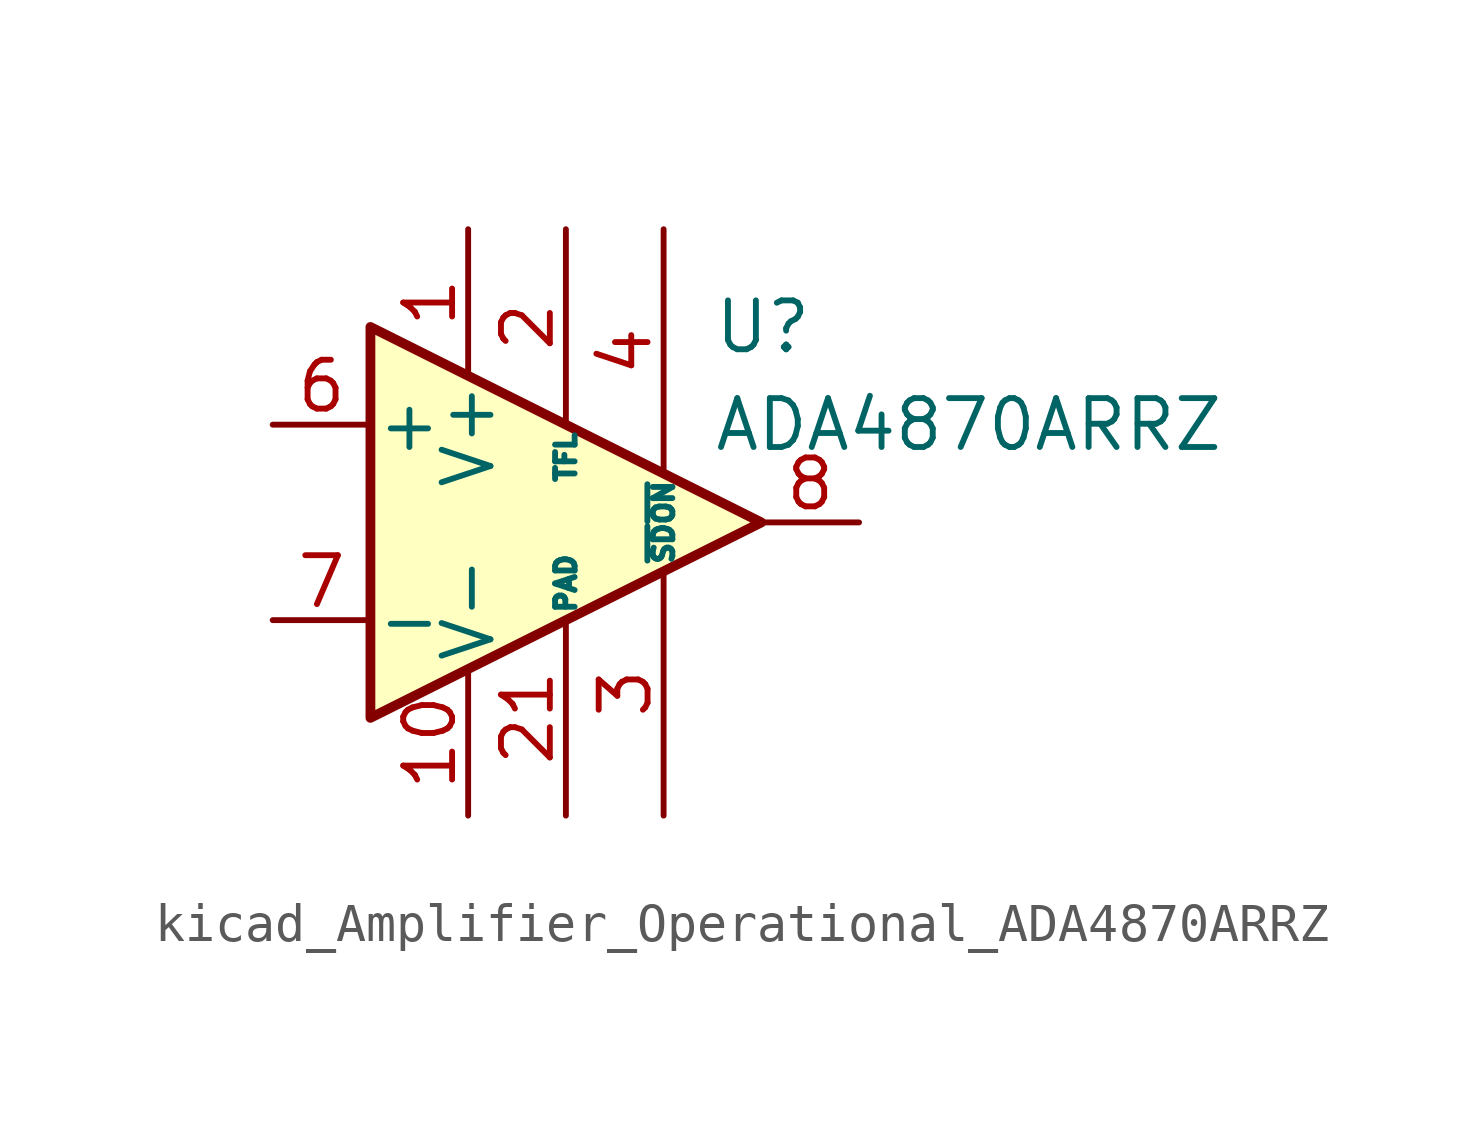
<source format=kicad_sym>
(kicad_symbol_lib
  (version 20220914)
  (generator kicad_symbol_editor)
  (symbol "kicad_Amplifier_Operational_ADA4870ARRZ"
    (pin_names
      (offset 0.127))
    (property "Reference" "U"
      (at 3.81 5.08 0)
      (effects (font (size 1.27 1.27)) (justify left)))
    (property "Value" "ADA4870ARRZ"
      (at 3.81 2.54 0)
      (effects (font (size 1.27 1.27)) (justify left)))
    (symbol "kicad_Amplifier_Operational_ADA4870ARRZ_0_1"
      (polyline (pts (xy -5.08 5.08) (xy 5.08 0) (xy -5.08 -5.08) (xy -5.08 5.08)) (stroke (width 0.254) (type default)) (fill (type background))))
    (symbol "kicad_Amplifier_Operational_ADA4870ARRZ_1_1"
      (pin power_in line (at -2.54 7.62 270) (length 3.81) (name "V+" (effects (font (size 1.27 1.27)))) (number "1" (effects (font (size 1.27 1.27)))))
      (pin power_in line (at -2.54 -7.62 90) (length 3.81) (name "V-" (effects (font (size 1.27 1.27)))) (number "10" (effects (font (size 1.27 1.27)))))
      (pin passive line (at -2.54 -7.62 90) (length 3.81) hide (name "V-" (effects (font (size 1.27 1.27)))) (number "11" (effects (font (size 1.27 1.27)))))
      (pin passive line (at -2.54 -7.62 90) (length 3.81) hide (name "V-" (effects (font (size 1.27 1.27)))) (number "12" (effects (font (size 1.27 1.27)))))
      (pin passive line (at -2.54 -7.62 90) (length 3.81) hide (name "V-" (effects (font (size 1.27 1.27)))) (number "13" (effects (font (size 1.27 1.27)))))
      (pin passive line (at 7.62 0 180) (length 2.54) hide (name "~" (effects (font (size 1.27 1.27)))) (number "14" (effects (font (size 1.27 1.27)))))
      (pin passive line (at 7.62 0 180) (length 2.54) hide (name "~" (effects (font (size 1.27 1.27)))) (number "15" (effects (font (size 1.27 1.27)))))
      (pin passive line (at 7.62 0 180) (length 2.54) hide (name "~" (effects (font (size 1.27 1.27)))) (number "16" (effects (font (size 1.27 1.27)))))
      (pin passive line (at 7.62 0 180) (length 2.54) hide (name "~" (effects (font (size 1.27 1.27)))) (number "17" (effects (font (size 1.27 1.27)))))
      (pin passive line (at -2.54 7.62 270) (length 3.81) hide (name "V+" (effects (font (size 1.27 1.27)))) (number "18" (effects (font (size 1.27 1.27)))))
      (pin passive line (at -2.54 7.62 270) (length 3.81) hide (name "V+" (effects (font (size 1.27 1.27)))) (number "19" (effects (font (size 1.27 1.27)))))
      (pin passive line (at 0 7.62 270) (length 5.08) (name "TFL" (effects (font (size 0.508 0.508)))) (number "2" (effects (font (size 1.27 1.27)))))
      (pin passive line (at -2.54 7.62 270) (length 3.81) hide (name "V+" (effects (font (size 1.27 1.27)))) (number "20" (effects (font (size 1.27 1.27)))))
      (pin passive line (at 0 -7.62 90) (length 5.08) (name "PAD" (effects (font (size 0.508 0.508)))) (number "21" (effects (font (size 1.27 1.27)))))
      (pin input line (at 2.54 -7.62 90) (length 6.35) (name "~{SD}" (effects (font (size 0.508 0.508)))) (number "3" (effects (font (size 1.27 1.27)))))
      (pin input line (at 2.54 7.62 270) (length 6.35) (name "~{ON}" (effects (font (size 0.508 0.508)))) (number "4" (effects (font (size 1.27 1.27)))))
      (pin no_connect line (at -5.08 -5.08 90) (length 2.54) hide (name "NC" (effects (font (size 1.27 1.27)))) (number "5" (effects (font (size 1.27 1.27)))))
      (pin input line (at -7.62 2.54 0) (length 2.54) (name "+" (effects (font (size 1.27 1.27)))) (number "6" (effects (font (size 1.27 1.27)))))
      (pin input line (at -7.62 -2.54 0) (length 2.54) (name "-" (effects (font (size 1.27 1.27)))) (number "7" (effects (font (size 1.27 1.27)))))
      (pin output line (at 7.62 0 180) (length 2.54) (name "~" (effects (font (size 1.27 1.27)))) (number "8" (effects (font (size 1.27 1.27)))))
      (pin no_connect line (at -5.08 5.08 270) (length 2.54) hide (name "NC" (effects (font (size 1.27 1.27)))) (number "9" (effects (font (size 1.27 1.27))))))))
</source>
